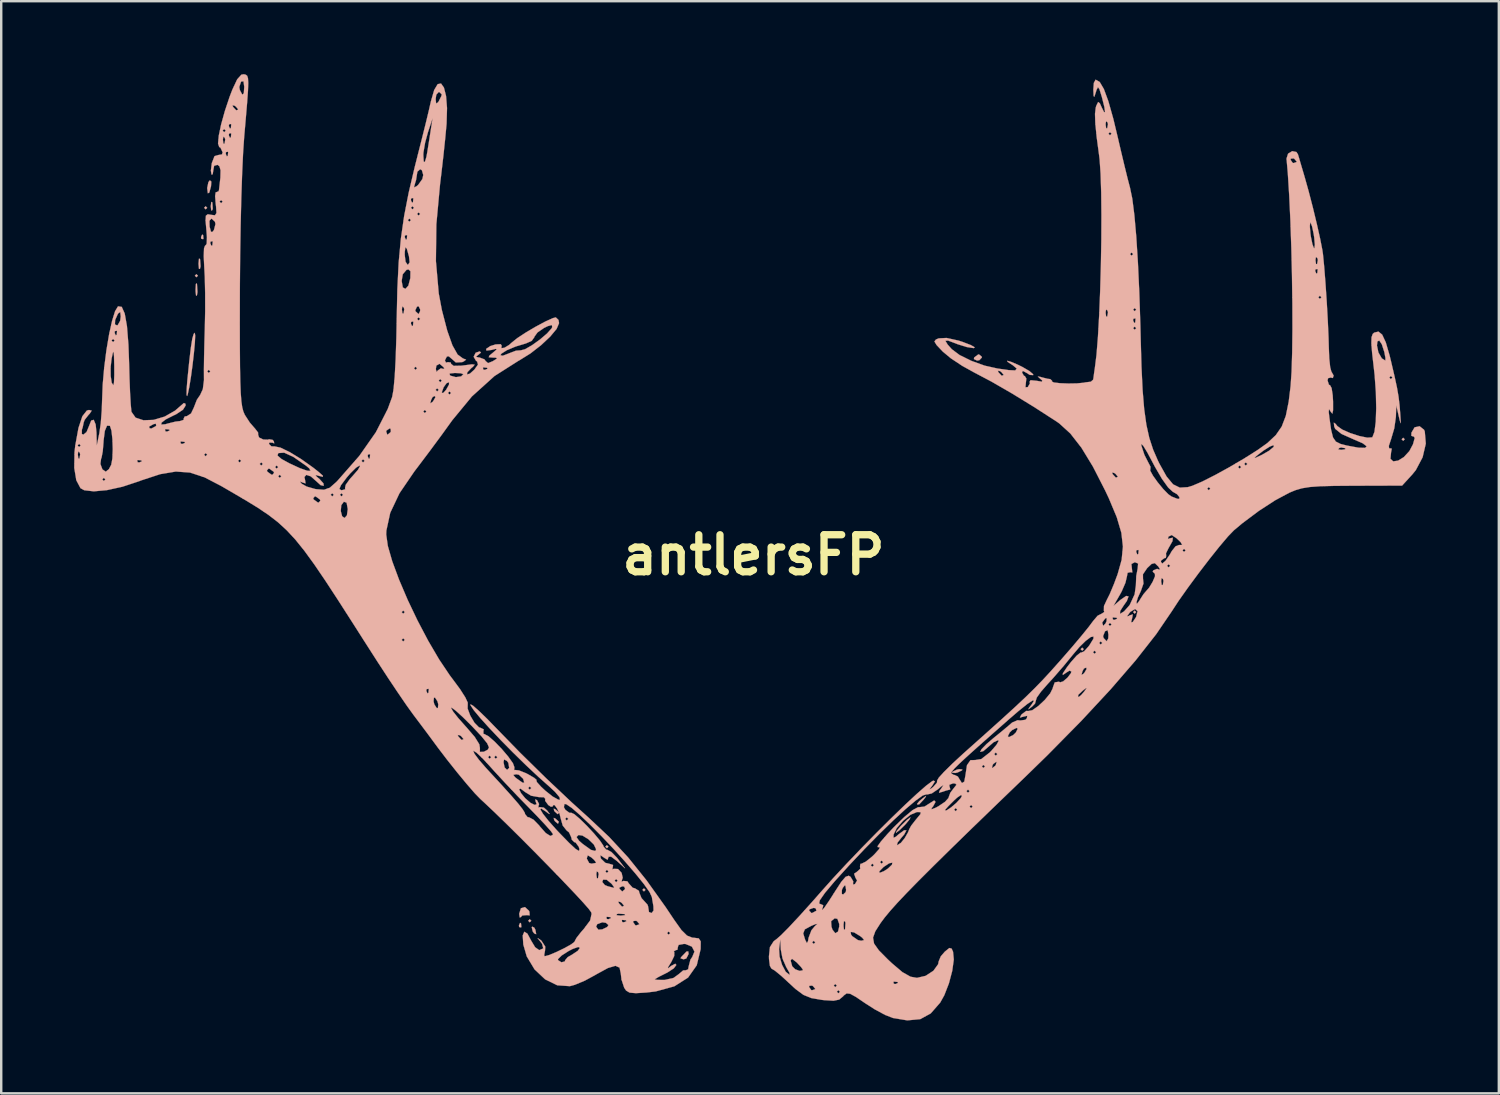
<source format=kicad_pcb>
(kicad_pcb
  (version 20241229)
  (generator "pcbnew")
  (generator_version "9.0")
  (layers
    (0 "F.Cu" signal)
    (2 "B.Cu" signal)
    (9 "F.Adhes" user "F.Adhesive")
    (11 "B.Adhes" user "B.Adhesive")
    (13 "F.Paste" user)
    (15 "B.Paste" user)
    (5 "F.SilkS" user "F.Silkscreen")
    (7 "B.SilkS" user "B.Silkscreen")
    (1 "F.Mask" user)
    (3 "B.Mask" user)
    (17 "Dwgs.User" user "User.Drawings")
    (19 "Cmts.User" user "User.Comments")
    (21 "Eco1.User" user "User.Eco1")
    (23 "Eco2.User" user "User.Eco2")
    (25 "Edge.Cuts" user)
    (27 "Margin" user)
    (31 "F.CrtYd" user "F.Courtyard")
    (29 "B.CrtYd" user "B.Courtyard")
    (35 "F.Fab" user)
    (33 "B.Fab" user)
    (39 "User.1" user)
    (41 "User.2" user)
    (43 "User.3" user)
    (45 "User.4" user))
  (footprint "antlersFP"
    (layer "F.Cu")
    (at 27.955 19.788)
    (property "Reference" "antlersFP" (at 0 0 0) (layer "F.SilkS") (effects (font (size 1.524 1.524) (thickness 0.3))))
    (attr through_hole)
    (fp_poly (pts (xy -22.86 -11.493) (xy -22.924 -11.43) (xy -22.987 -11.493) (xy -22.924 -11.557) (xy -22.86 -11.493)) (stroke (width 0.01) (type solid)) (fill yes) (layer "B.SilkS"))
    (fp_poly (pts (xy -22.479 -14.287) (xy -22.543 -14.224) (xy -22.606 -14.287) (xy -22.543 -14.351) (xy -22.479 -14.287)) (stroke (width 0.01) (type solid)) (fill yes) (layer "B.SilkS"))
    (fp_poly (pts (xy -9.144 15.05) (xy -9.207 15.113) (xy -9.271 15.05) (xy -9.207 14.986) (xy -9.144 15.05)) (stroke (width 0.01) (type solid)) (fill yes) (layer "B.SilkS"))
    (fp_poly (pts (xy -5.969 12.002) (xy -6.032 12.065) (xy -6.096 12.002) (xy -6.032 11.938) (xy -5.969 12.002)) (stroke (width 0.01) (type solid)) (fill yes) (layer "B.SilkS"))
    (fp_poly (pts (xy -4.445 13.78) (xy -4.508 13.843) (xy -4.572 13.78) (xy -4.508 13.716) (xy -4.445 13.78)) (stroke (width 0.01) (type solid)) (fill yes) (layer "B.SilkS"))
    (fp_poly (pts (xy 13.589 3.873) (xy 13.525 3.937) (xy 13.462 3.873) (xy 13.525 3.81) (xy 13.589 3.873)) (stroke (width 0.01) (type solid)) (fill yes) (layer "B.SilkS"))
    (fp_poly (pts (xy 15.748 2.349) (xy 15.684 2.413) (xy 15.621 2.349) (xy 15.684 2.286) (xy 15.748 2.349)) (stroke (width 0.01) (type solid)) (fill yes) (layer "B.SilkS"))
    (fp_poly (pts (xy 26.797 -4.763) (xy 26.733 -4.699) (xy 26.67 -4.763) (xy 26.733 -4.826) (xy 26.797 -4.763)) (stroke (width 0.01) (type solid)) (fill yes) (layer "B.SilkS"))
    (fp_poly (pts (xy -22.648 -13.166) (xy -22.633 -13.015) (xy -22.648 -12.996) (xy -22.724 -13.014) (xy -22.733 -13.081) (xy -22.687 -13.186) (xy -22.648 -13.166)) (stroke (width 0.01) (type solid)) (fill yes) (layer "B.SilkS"))
    (fp_poly (pts (xy -22.268 -14.51) (xy -22.251 -14.25) (xy -22.268 -14.192) (xy -22.314 -14.176) (xy -22.332 -14.351) (xy -22.312 -14.531) (xy -22.268 -14.51)) (stroke (width 0.01) (type solid)) (fill yes) (layer "B.SilkS"))
    (fp_poly (pts (xy -9.567 15.155) (xy -9.552 15.306) (xy -9.567 15.325) (xy -9.643 15.307) (xy -9.652 15.24) (xy -9.606 15.135) (xy -9.567 15.155)) (stroke (width 0.01) (type solid)) (fill yes) (layer "B.SilkS"))
    (fp_poly (pts (xy -9.021 15.332) (xy -8.973 15.425) (xy -8.941 15.604) (xy -9.026 15.569) (xy -9.086 15.486) (xy -9.125 15.319) (xy -9.109 15.29) (xy -9.021 15.332)) (stroke (width 0.01) (type solid)) (fill yes) (layer "B.SilkS"))
    (fp_poly (pts (xy -8.148 10.465) (xy -8.012 10.583) (xy -8.001 10.612) (xy -8.061 10.664) (xy -8.187 10.547) (xy -8.204 10.521) (xy -8.219 10.434) (xy -8.148 10.465)) (stroke (width 0.01) (type solid)) (fill yes) (layer "B.SilkS"))
    (fp_poly (pts (xy -8.148 10.846) (xy -8.011 10.974) (xy -8.039 11.048) (xy -8.057 11.049) (xy -8.164 10.959) (xy -8.204 10.902) (xy -8.219 10.815) (xy -8.148 10.846)) (stroke (width 0.01) (type solid)) (fill yes) (layer "B.SilkS"))
    (fp_poly (pts (xy -22.899 -11.144) (xy -22.88 -10.822) (xy -22.899 -10.7) (xy -22.936 -10.66) (xy -22.956 -10.836) (xy -22.958 -10.922) (xy -22.944 -11.153) (xy -22.911 -11.18) (xy -22.899 -11.144)) (stroke (width 0.01) (type solid)) (fill yes) (layer "B.SilkS"))
    (fp_poly (pts (xy -22.778 -12.18) (xy -22.772 -12.158) (xy -22.753 -11.881) (xy -22.777 -11.777) (xy -22.818 -11.773) (xy -22.835 -11.971) (xy -22.835 -12.002) (xy -22.817 -12.198) (xy -22.778 -12.18)) (stroke (width 0.01) (type solid)) (fill yes) (layer "B.SilkS"))
    (fp_poly (pts (xy -22.31 -15.367) (xy -22.322 -15.173) (xy -22.393 -14.914) (xy -22.453 -14.884) (xy -22.479 -15.093) (xy -22.479 -15.106) (xy -22.43 -15.343) (xy -22.37 -15.419) (xy -22.31 -15.367)) (stroke (width 0.01) (type solid)) (fill yes) (layer "B.SilkS"))
    (fp_poly (pts (xy -2.669 16.415) (xy -2.766 16.603) (xy -2.879 16.637) (xy -3.003 16.594) (xy -2.975 16.542) (xy -2.789 16.35) (xy -2.766 16.32) (xy -2.687 16.307) (xy -2.669 16.415)) (stroke (width 0.01) (type solid)) (fill yes) (layer "B.SilkS"))
    (fp_poly (pts (xy 7.072 9.973) (xy 7.001 10.065) (xy 6.816 10.262) (xy 6.733 10.261) (xy 6.731 10.239) (xy 6.818 10.133) (xy 6.953 10.017) (xy 7.104 9.907) (xy 7.072 9.973)) (stroke (width 0.01) (type solid)) (fill yes) (layer "B.SilkS"))
    (fp_poly (pts (xy 8.592 8.824) (xy 8.58 8.861) (xy 8.396 8.949) (xy 8.303 8.969) (xy 8.172 8.956) (xy 8.184 8.919) (xy 8.368 8.831) (xy 8.461 8.811) (xy 8.592 8.824)) (stroke (width 0.01) (type solid)) (fill yes) (layer "B.SilkS"))
    (fp_poly (pts (xy 9.395 -8.158) (xy 9.398 -8.128) (xy 9.295 -8.017) (xy 9.2 -8.001) (xy 9.069 -8.063) (xy 9.081 -8.128) (xy 9.243 -8.25) (xy 9.278 -8.255) (xy 9.395 -8.158)) (stroke (width 0.01) (type solid)) (fill yes) (layer "B.SilkS"))
    (fp_poly (pts (xy -9.239 14.638) (xy -9.22 14.683) (xy -9.21 14.829) (xy -9.325 14.817) (xy -9.519 14.834) (xy -9.57 14.898) (xy -9.62 14.914) (xy -9.642 14.764) (xy -9.571 14.535) (xy -9.404 14.486) (xy -9.239 14.638)) (stroke (width 0.01) (type solid)) (fill yes) (layer "B.SilkS"))
    (fp_poly (pts (xy 6.425 10.875) (xy 6.262 11.071) (xy 6.223 11.113) (xy 6.006 11.326) (xy 5.869 11.428) (xy 5.861 11.43) (xy 5.894 11.35) (xy 6.057 11.154) (xy 6.096 11.113) (xy 6.313 10.899) (xy 6.45 10.797) (xy 6.458 10.795) (xy 6.425 10.875)) (stroke (width 0.01) (type solid)) (fill yes) (layer "B.SilkS"))
    (fp_poly (pts (xy -22.973 -9.029) (xy -22.987 -8.727) (xy -23.027 -8.3) (xy -23.083 -7.813) (xy -23.149 -7.328) (xy -23.217 -6.909) (xy -23.278 -6.619) (xy -23.306 -6.54) (xy -23.328 -6.586) (xy -23.324 -6.829) (xy -23.298 -7.176) (xy -23.218 -7.97) (xy -23.151 -8.538) (xy -23.092 -8.905) (xy -23.036 -9.097) (xy -22.99 -9.144) (xy -22.973 -9.029)) (stroke (width 0.01) (type solid)) (fill yes) (layer "B.SilkS"))
    (fp_poly (pts (xy 14.246 -19.465) (xy 14.417 -19.175) (xy 14.602 -18.673) (xy 14.807 -17.945) (xy 14.97 -17.265) (xy 15.126 -16.598) (xy 15.273 -15.982) (xy 15.397 -15.479) (xy 15.483 -15.15) (xy 15.493 -15.113) (xy 15.586 -14.666) (xy 15.672 -13.989) (xy 15.75 -13.104) (xy 15.818 -12.035) (xy 15.875 -10.804) (xy 15.92 -9.435) (xy 15.932 -8.919) (xy 15.965 -7.745) (xy 16.011 -6.786) (xy 16.076 -6.004) (xy 16.166 -5.361) (xy 16.286 -4.819) (xy 16.443 -4.339) (xy 16.641 -3.883) (xy 16.699 -3.765) (xy 16.998 -3.23) (xy 17.265 -2.909) (xy 17.542 -2.773) (xy 17.872 -2.793) (xy 18.063 -2.851) (xy 18.465 -3.023) (xy 19.005 -3.297) (xy 19.59 -3.619) (xy 19.939 -3.619) (xy 20.003 -3.556) (xy 20.066 -3.619) (xy 20.003 -3.683) (xy 19.939 -3.619) (xy 19.59 -3.619) (xy 19.613 -3.632) (xy 19.807 -3.747) (xy 20.193 -3.747) (xy 20.256 -3.683) (xy 20.32 -3.747) (xy 20.256 -3.81) (xy 20.193 -3.747) (xy 19.807 -3.747) (xy 20.219 -3.989) (xy 20.244 -4.005) (xy 20.617 -4.005) (xy 20.647 -3.996) (xy 20.879 -4.103) (xy 20.915 -4.12) (xy 21.212 -4.29) (xy 21.282 -4.348) (xy 24.058 -4.348) (xy 24.183 -4.328) (xy 24.348 -4.351) (xy 24.35 -4.395) (xy 24.18 -4.425) (xy 24.106 -4.405) (xy 24.058 -4.348) (xy 21.282 -4.348) (xy 21.398 -4.444) (xy 21.407 -4.457) (xy 21.399 -4.522) (xy 21.241 -4.46) (xy 20.983 -4.296) (xy 20.765 -4.131) (xy 20.617 -4.005) (xy 20.244 -4.005) (xy 20.75 -4.326) (xy 21.137 -4.602) (xy 21.153 -4.615) (xy 21.492 -4.934) (xy 21.734 -5.284) (xy 21.903 -5.724) (xy 22.022 -6.311) (xy 22.1 -6.949) (xy 22.14 -7.539) (xy 22.165 -8.336) (xy 22.176 -9.292) (xy 22.173 -10.359) (xy 22.169 -10.604) (xy 23.241 -10.604) (xy 23.305 -10.541) (xy 23.368 -10.604) (xy 23.305 -10.668) (xy 23.241 -10.604) (xy 22.169 -10.604) (xy 22.157 -11.489) (xy 22.153 -11.684) (xy 23.114 -11.684) (xy 23.16 -11.579) (xy 23.199 -11.599) (xy 23.214 -11.75) (xy 23.199 -11.769) (xy 23.123 -11.751) (xy 23.114 -11.684) (xy 22.153 -11.684) (xy 22.142 -12.139) (xy 23.124 -12.139) (xy 23.147 -11.974) (xy 23.191 -11.972) (xy 23.221 -12.142) (xy 23.201 -12.216) (xy 23.144 -12.264) (xy 23.124 -12.139) (xy 22.142 -12.139) (xy 22.13 -12.636) (xy 22.099 -13.53) (xy 22.891 -13.53) (xy 22.917 -13.226) (xy 22.936 -13.094) (xy 23 -12.784) (xy 23.061 -12.628) (xy 23.08 -12.624) (xy 23.097 -12.774) (xy 23.07 -13.08) (xy 23.05 -13.208) (xy 22.985 -13.517) (xy 22.925 -13.674) (xy 22.907 -13.678) (xy 22.891 -13.53) (xy 22.099 -13.53) (xy 22.092 -13.752) (xy 22.043 -14.79) (xy 21.986 -15.702) (xy 21.937 -16.263) (xy 22.098 -16.263) (xy 22.19 -16.134) (xy 22.225 -16.129) (xy 22.349 -16.172) (xy 22.352 -16.185) (xy 22.263 -16.293) (xy 22.225 -16.32) (xy 22.108 -16.309) (xy 22.098 -16.263) (xy 21.937 -16.263) (xy 21.933 -16.315) (xy 21.997 -16.516) (xy 22.167 -16.619) (xy 22.341 -16.584) (xy 22.403 -16.488) (xy 22.464 -16.282) (xy 22.571 -15.919) (xy 22.675 -15.568) (xy 22.843 -14.969) (xy 23.017 -14.297) (xy 23.18 -13.622) (xy 23.316 -13.016) (xy 23.408 -12.547) (xy 23.432 -12.383) (xy 23.483 -11.862) (xy 23.537 -11.172) (xy 23.589 -10.4) (xy 23.632 -9.63) (xy 23.662 -8.947) (xy 23.673 -8.552) (xy 23.691 -8.091) (xy 23.729 -7.733) (xy 23.777 -7.551) (xy 23.781 -7.547) (xy 23.871 -7.385) (xy 23.839 -7.283) (xy 23.749 -7.303) (xy 23.64 -7.274) (xy 23.622 -7.183) (xy 23.677 -7.009) (xy 23.726 -6.985) (xy 23.788 -6.87) (xy 23.833 -6.576) (xy 23.848 -6.318) (xy 23.848 -5.952) (xy 23.819 -5.817) (xy 23.754 -5.891) (xy 23.747 -5.905) (xy 23.68 -6.006) (xy 23.67 -5.885) (xy 23.696 -5.652) (xy 23.768 -5.149) (xy 23.845 -4.84) (xy 23.963 -4.667) (xy 24.158 -4.57) (xy 24.412 -4.505) (xy 24.89 -4.417) (xy 25.168 -4.41) (xy 25.231 -4.474) (xy 25.068 -4.598) (xy 24.699 -4.758) (xy 24.196 -4.982) (xy 23.937 -5.191) (xy 23.896 -5.283) (xy 23.879 -5.448) (xy 23.952 -5.397) (xy 24.023 -5.307) (xy 24.222 -5.164) (xy 24.551 -5.019) (xy 24.924 -4.898) (xy 25.254 -4.83) (xy 25.454 -4.841) (xy 25.467 -4.851) (xy 25.551 -5.068) (xy 25.604 -5.483) (xy 25.623 -6.043) (xy 25.609 -6.695) (xy 25.565 -7.303) (xy 26.162 -7.303) (xy 26.226 -7.239) (xy 26.289 -7.303) (xy 26.226 -7.366) (xy 26.162 -7.303) (xy 25.565 -7.303) (xy 25.56 -7.385) (xy 25.525 -7.7) (xy 25.455 -8.31) (xy 25.43 -8.623) (xy 25.654 -8.623) (xy 25.714 -8.336) (xy 25.853 -8.092) (xy 25.999 -8.001) (xy 26.003 -8.108) (xy 25.958 -8.35) (xy 25.854 -8.672) (xy 25.749 -8.827) (xy 25.673 -8.788) (xy 25.654 -8.623) (xy 25.43 -8.623) (xy 25.423 -8.715) (xy 25.431 -8.962) (xy 25.479 -9.097) (xy 25.539 -9.151) (xy 25.715 -9.194) (xy 25.869 -9.069) (xy 26.017 -8.751) (xy 26.174 -8.213) (xy 26.226 -8.001) (xy 26.376 -7.361) (xy 26.477 -6.894) (xy 26.541 -6.524) (xy 26.583 -6.177) (xy 26.61 -5.842) (xy 26.632 -5.513) (xy 26.626 -5.423) (xy 26.587 -5.559) (xy 26.551 -5.715) (xy 26.449 -6.16) (xy 26.433 -5.679) (xy 26.367 -5.214) (xy 26.233 -4.762) (xy 26.23 -4.754) (xy 26.143 -4.491) (xy 26.154 -4.385) (xy 26.18 -4.393) (xy 26.263 -4.377) (xy 26.234 -4.218) (xy 26.21 -3.959) (xy 26.323 -3.854) (xy 26.524 -3.884) (xy 26.762 -4.031) (xy 26.987 -4.276) (xy 27.136 -4.556) (xy 27.207 -4.813) (xy 27.169 -4.883) (xy 27.155 -4.875) (xy 27.069 -4.905) (xy 27.072 -5.032) (xy 27.203 -5.255) (xy 27.41 -5.299) (xy 27.591 -5.155) (xy 27.622 -5.082) (xy 27.664 -4.583) (xy 27.533 -4.023) (xy 27.254 -3.495) (xy 27.11 -3.317) (xy 26.689 -2.857) (xy 24.679 -2.851) (xy 23.896 -2.845) (xy 23.317 -2.83) (xy 22.892 -2.799) (xy 22.57 -2.747) (xy 22.302 -2.669) (xy 22.054 -2.567) (xy 21.465 -2.252) (xy 20.79 -1.813) (xy 20.117 -1.309) (xy 19.768 -1.017) (xy 19.524 -0.764) (xy 19.175 -0.352) (xy 18.759 0.169) (xy 18.316 0.747) (xy 17.883 1.333) (xy 17.499 1.876) (xy 17.205 2.325) (xy 16.566 3.263) (xy 15.726 4.333) (xy 14.697 5.524) (xy 13.487 6.826) (xy 12.106 8.227) (xy 11.201 9.11) (xy 10.005 10.262) (xy 8.979 11.254) (xy 8.11 12.101) (xy 7.384 12.816) (xy 6.786 13.413) (xy 6.303 13.907) (xy 5.92 14.312) (xy 5.624 14.643) (xy 5.4 14.913) (xy 5.234 15.136) (xy 5.229 15.143) (xy 5.012 15.483) (xy 4.918 15.746) (xy 4.961 15.988) (xy 5.158 16.266) (xy 5.524 16.636) (xy 5.7 16.801) (xy 6.128 17.164) (xy 6.463 17.352) (xy 6.726 17.399) (xy 7.084 17.315) (xy 7.404 17.106) (xy 7.597 16.838) (xy 7.62 16.72) (xy 7.707 16.512) (xy 7.871 16.322) (xy 8.059 16.17) (xy 8.152 16.194) (xy 8.211 16.323) (xy 8.242 16.646) (xy 8.178 17.109) (xy 8.041 17.626) (xy 7.852 18.113) (xy 7.681 18.419) (xy 7.294 18.861) (xy 6.862 19.098) (xy 6.329 19.148) (xy 5.742 19.052) (xy 5.421 18.927) (xy 4.996 18.699) (xy 4.599 18.445) (xy 4.215 18.184) (xy 3.978 18.054) (xy 3.832 18.039) (xy 3.72 18.121) (xy 3.683 18.163) (xy 3.526 18.293) (xy 3.295 18.34) (xy 2.914 18.317) (xy 2.794 18.303) (xy 2.377 18.23) (xy 2.055 18.099) (xy 1.882 17.971) (xy 3.429 17.971) (xy 3.493 18.034) (xy 3.556 17.971) (xy 3.493 17.907) (xy 3.429 17.971) (xy 1.882 17.971) (xy 1.731 17.859) (xy 1.637 17.773) (xy 2.286 17.773) (xy 2.378 17.902) (xy 2.413 17.907) (xy 2.537 17.864) (xy 2.54 17.851) (xy 2.451 17.743) (xy 2.413 17.716) (xy 3.302 17.716) (xy 3.365 17.78) (xy 3.429 17.716) (xy 3.365 17.653) (xy 3.302 17.716) (xy 2.413 17.716) (xy 2.296 17.727) (xy 2.286 17.773) (xy 1.637 17.773) (xy 1.47 17.618) (xy 1.415 17.568) (xy 5.757 17.568) (xy 5.775 17.644) (xy 5.842 17.653) (xy 5.947 17.607) (xy 5.927 17.568) (xy 5.776 17.553) (xy 5.757 17.568) (xy 1.415 17.568) (xy 1.141 17.316) (xy 0.879 17.101) (xy 0.74 17.018) (xy 0.739 17.018) (xy 0.674 16.905) (xy 0.638 16.624) (xy 0.635 16.513) (xy 0.667 16.217) (xy 1.052 16.217) (xy 1.073 16.526) (xy 1.176 16.866) (xy 1.324 17.145) (xy 1.478 17.271) (xy 1.49 17.272) (xy 1.475 17.181) (xy 1.351 16.963) (xy 1.348 16.959) (xy 1.227 16.68) (xy 1.526 16.68) (xy 1.593 16.923) (xy 1.716 17.045) (xy 1.899 17.113) (xy 2.024 17.089) (xy 2.032 17.06) (xy 1.953 16.95) (xy 1.778 16.764) (xy 1.585 16.615) (xy 1.526 16.68) (xy 1.227 16.68) (xy 1.193 16.6) (xy 1.123 16.229) (xy 1.102 15.812) (xy 1.052 16.217) (xy 0.667 16.217) (xy 0.676 16.133) (xy 0.83 15.893) (xy 0.953 15.8) (xy 1.138 15.638) (xy 1.206 15.569) (xy 2.045 15.569) (xy 2.126 15.833) (xy 2.199 15.97) (xy 2.216 15.938) (xy 2.413 15.938) (xy 2.477 16.002) (xy 2.54 15.938) (xy 2.477 15.875) (xy 2.413 15.938) (xy 2.216 15.938) (xy 2.244 15.883) (xy 2.265 15.753) (xy 2.383 15.441) (xy 2.521 15.275) (xy 2.631 15.175) (xy 2.549 15.189) (xy 2.381 15.258) (xy 2.113 15.402) (xy 2.045 15.569) (xy 1.206 15.569) (xy 1.454 15.319) (xy 1.687 15.069) (xy 3.193 15.069) (xy 3.209 15.297) (xy 3.252 15.419) (xy 3.366 15.561) (xy 3.461 15.507) (xy 3.999 15.507) (xy 4.013 15.616) (xy 4.064 15.684) (xy 4.297 15.845) (xy 4.429 15.871) (xy 4.551 15.845) (xy 4.471 15.745) (xy 4.389 15.68) (xy 4.14 15.529) (xy 3.999 15.507) (xy 3.461 15.507) (xy 3.477 15.499) (xy 3.53 15.275) (xy 3.529 15.24) (xy 3.703 15.24) (xy 3.723 15.42) (xy 3.767 15.399) (xy 3.784 15.139) (xy 3.767 15.081) (xy 3.721 15.065) (xy 3.703 15.24) (xy 3.529 15.24) (xy 3.528 15.184) (xy 3.452 14.969) (xy 3.339 14.95) (xy 3.193 15.069) (xy 1.687 15.069) (xy 1.867 14.877) (xy 2.094 14.626) (xy 2.286 14.626) (xy 2.382 14.73) (xy 2.406 14.732) (xy 2.58 14.641) (xy 2.59 14.626) (xy 2.552 14.533) (xy 2.471 14.52) (xy 2.305 14.579) (xy 2.286 14.626) (xy 2.094 14.626) (xy 2.344 14.349) (xy 2.35 14.343) (xy 2.701 14.343) (xy 2.73 14.351) (xy 2.868 14.411) (xy 2.857 14.478) (xy 2.818 14.597) (xy 2.832 14.605) (xy 2.92 14.505) (xy 3.1 14.243) (xy 3.292 13.943) (xy 3.634 13.943) (xy 3.687 13.97) (xy 3.796 13.867) (xy 3.81 13.78) (xy 3.783 13.61) (xy 3.76 13.589) (xy 3.678 13.688) (xy 3.637 13.78) (xy 3.634 13.943) (xy 3.292 13.943) (xy 3.336 13.874) (xy 3.354 13.844) (xy 3.613 13.446) (xy 3.79 13.241) (xy 3.917 13.196) (xy 3.994 13.241) (xy 4.105 13.427) (xy 4.095 13.513) (xy 4.111 13.565) (xy 4.178 13.534) (xy 4.262 13.394) (xy 4.194 13.275) (xy 4.139 13.115) (xy 4.259 13.033) (xy 4.277 13.017) (xy 5.174 13.017) (xy 5.191 13.078) (xy 5.366 13.009) (xy 5.532 12.901) (xy 5.697 12.742) (xy 5.715 12.658) (xy 5.584 12.684) (xy 5.357 12.834) (xy 5.352 12.838) (xy 5.174 13.017) (xy 4.277 13.017) (xy 4.393 12.907) (xy 4.382 12.828) (xy 4.39 12.764) (xy 4.826 12.764) (xy 4.889 12.827) (xy 4.953 12.764) (xy 4.889 12.7) (xy 4.826 12.764) (xy 4.39 12.764) (xy 4.397 12.71) (xy 4.447 12.7) (xy 4.579 12.636) (xy 5.207 12.636) (xy 5.271 12.7) (xy 5.334 12.636) (xy 5.271 12.573) (xy 5.207 12.636) (xy 4.579 12.636) (xy 4.62 12.617) (xy 4.879 12.408) (xy 4.972 12.319) (xy 5.176 12.091) (xy 5.185 12.011) (xy 5.121 12.027) (xy 5.104 11.982) (xy 5.241 11.79) (xy 5.374 11.637) (xy 5.762 11.637) (xy 5.859 11.59) (xy 5.957 11.504) (xy 6.2 11.324) (xy 6.291 11.329) (xy 6.203 11.496) (xy 6.096 11.62) (xy 5.93 11.829) (xy 5.902 11.935) (xy 5.916 11.938) (xy 6.066 11.842) (xy 6.22 11.652) (xy 6.359 11.41) (xy 6.409 11.281) (xy 6.488 11.136) (xy 6.673 10.898) (xy 6.691 10.877) (xy 6.868 10.662) (xy 6.879 10.58) (xy 6.732 10.576) (xy 6.72 10.577) (xy 6.457 10.689) (xy 6.153 10.936) (xy 5.893 11.236) (xy 5.764 11.503) (xy 5.764 11.505) (xy 5.762 11.637) (xy 5.374 11.637) (xy 5.506 11.485) (xy 5.763 11.211) (xy 6.204 10.781) (xy 6.538 10.504) (xy 7.874 10.504) (xy 7.951 10.505) (xy 7.991 10.477) (xy 8.255 10.477) (xy 8.319 10.541) (xy 8.382 10.477) (xy 8.319 10.414) (xy 8.255 10.477) (xy 7.991 10.477) (xy 8.132 10.383) (xy 8.17 10.351) (xy 8.89 10.351) (xy 8.954 10.414) (xy 9.017 10.351) (xy 8.954 10.287) (xy 8.89 10.351) (xy 8.17 10.351) (xy 8.345 10.201) (xy 8.517 10.016) (xy 8.57 9.93) (xy 8.548 9.869) (xy 8.383 9.98) (xy 8.263 10.089) (xy 8.024 10.327) (xy 7.887 10.481) (xy 7.874 10.504) (xy 6.538 10.504) (xy 6.55 10.495) (xy 6.773 10.375) (xy 6.816 10.376) (xy 7.035 10.351) (xy 7.244 10.219) (xy 7.435 10.098) (xy 7.491 10.157) (xy 7.389 10.345) (xy 7.334 10.409) (xy 7.327 10.464) (xy 7.497 10.398) (xy 7.607 10.339) (xy 7.881 10.155) (xy 8.023 9.998) (xy 8.029 9.97) (xy 8.098 9.784) (xy 8.149 9.716) (xy 8.763 9.716) (xy 8.826 9.779) (xy 8.89 9.716) (xy 8.826 9.652) (xy 8.763 9.716) (xy 8.149 9.716) (xy 8.22 9.62) (xy 8.352 9.454) (xy 8.298 9.401) (xy 8.204 9.398) (xy 8.058 9.455) (xy 8.065 9.525) (xy 8.099 9.644) (xy 8.082 9.652) (xy 7.927 9.691) (xy 7.789 9.739) (xy 7.633 9.782) (xy 7.659 9.696) (xy 7.743 9.581) (xy 7.814 9.466) (xy 7.714 9.53) (xy 7.594 9.634) (xy 7.335 9.81) (xy 7.138 9.855) (xy 7.119 9.847) (xy 6.967 9.893) (xy 6.672 10.104) (xy 6.258 10.454) (xy 5.753 10.919) (xy 5.181 11.475) (xy 4.57 12.096) (xy 3.944 12.759) (xy 3.33 13.438) (xy 3.326 13.442) (xy 2.939 13.903) (xy 2.729 14.205) (xy 2.701 14.343) (xy 2.35 14.343) (xy 2.775 13.86) (xy 3.271 13.304) (xy 3.838 12.694) (xy 4.446 12.058) (xy 5.068 11.424) (xy 5.673 10.823) (xy 6.233 10.281) (xy 6.719 9.829) (xy 7.1 9.495) (xy 7.349 9.308) (xy 7.401 9.282) (xy 7.466 9.312) (xy 7.366 9.473) (xy 7.243 9.638) (xy 7.289 9.625) (xy 7.396 9.542) (xy 7.548 9.369) (xy 7.558 9.274) (xy 7.625 9.159) (xy 7.796 8.972) (xy 8.134 8.972) (xy 8.135 8.979) (xy 8.245 9.052) (xy 8.271 9.048) (xy 8.412 9.117) (xy 8.463 9.206) (xy 8.578 9.384) (xy 8.673 9.322) (xy 8.718 9.08) (xy 8.776 8.7) (xy 9.398 8.7) (xy 9.461 8.763) (xy 9.47 8.755) (xy 9.81 8.755) (xy 9.828 8.763) (xy 9.943 8.674) (xy 9.97 8.636) (xy 10.002 8.517) (xy 9.984 8.509) (xy 9.869 8.598) (xy 9.842 8.636) (xy 9.81 8.755) (xy 9.47 8.755) (xy 9.525 8.7) (xy 9.461 8.636) (xy 9.398 8.7) (xy 8.776 8.7) (xy 8.785 8.646) (xy 8.928 8.441) (xy 9.118 8.437) (xy 9.372 8.396) (xy 9.635 8.191) (xy 9.906 8.191) (xy 9.97 8.255) (xy 10.033 8.191) (xy 9.97 8.128) (xy 9.906 8.191) (xy 9.635 8.191) (xy 9.713 8.131) (xy 9.779 8.065) (xy 9.997 7.812) (xy 10.087 7.651) (xy 10.063 7.62) (xy 9.877 7.705) (xy 9.658 7.897) (xy 9.456 8.07) (xy 9.329 8.102) (xy 9.329 8.101) (xy 9.381 7.992) (xy 9.589 7.778) (xy 9.867 7.539) (xy 9.969 7.456) (xy 10.465 7.456) (xy 10.51 7.493) (xy 10.689 7.405) (xy 10.795 7.303) (xy 10.871 7.149) (xy 10.826 7.112) (xy 10.647 7.2) (xy 10.541 7.303) (xy 10.465 7.456) (xy 9.969 7.456) (xy 10.22 7.252) (xy 10.508 7.011) (xy 10.64 6.895) (xy 10.868 6.796) (xy 10.976 6.809) (xy 11.188 6.78) (xy 11.247 6.718) (xy 11.265 6.616) (xy 11.115 6.649) (xy 10.961 6.689) (xy 11.012 6.586) (xy 11.045 6.545) (xy 11.222 6.415) (xy 11.31 6.418) (xy 11.472 6.386) (xy 11.719 6.213) (xy 11.986 5.962) (xy 12.155 5.757) (xy 13.36 5.757) (xy 13.361 5.84) (xy 13.383 5.842) (xy 13.489 5.755) (xy 13.605 5.62) (xy 13.715 5.469) (xy 13.649 5.501) (xy 13.557 5.572) (xy 13.36 5.757) (xy 12.155 5.757) (xy 12.207 5.696) (xy 12.316 5.477) (xy 12.319 5.448) (xy 12.396 5.24) (xy 12.57 5.212) (xy 12.617 5.239) (xy 12.742 5.199) (xy 12.921 5.045) (xy 13.004 4.937) (xy 13.495 4.937) (xy 13.588 4.876) (xy 13.605 4.86) (xy 13.705 4.693) (xy 13.691 4.632) (xy 13.597 4.67) (xy 13.534 4.789) (xy 13.495 4.937) (xy 13.004 4.937) (xy 13.058 4.867) (xy 13.081 4.795) (xy 13.005 4.756) (xy 12.89 4.826) (xy 12.728 4.937) (xy 12.731 4.866) (xy 12.895 4.622) (xy 13.064 4.403) (xy 13.291 4.146) (xy 13.455 4.014) (xy 13.495 4.012) (xy 13.52 4) (xy 13.97 4) (xy 14.034 4.064) (xy 14.097 4) (xy 14.034 3.937) (xy 13.97 4) (xy 13.52 4) (xy 13.602 3.965) (xy 13.784 3.763) (xy 13.829 3.702) (xy 13.88 3.619) (xy 14.224 3.619) (xy 14.287 3.683) (xy 14.351 3.619) (xy 14.287 3.556) (xy 14.224 3.619) (xy 13.88 3.619) (xy 13.987 3.444) (xy 13.991 3.341) (xy 13.875 3.377) (xy 13.67 3.531) (xy 13.409 3.787) (xy 13.145 4.097) (xy 12.763 4.563) (xy 12.338 5.053) (xy 12.101 5.312) (xy 11.829 5.623) (xy 11.657 5.865) (xy 11.623 5.973) (xy 11.584 6.114) (xy 11.46 6.24) (xy 11.313 6.349) (xy 11.339 6.289) (xy 11.43 6.171) (xy 11.543 5.996) (xy 11.482 5.986) (xy 11.262 6.133) (xy 10.896 6.427) (xy 10.543 6.731) (xy 9.784 7.4) (xy 9.197 7.921) (xy 8.762 8.313) (xy 8.458 8.595) (xy 8.266 8.787) (xy 8.164 8.906) (xy 8.134 8.972) (xy 7.796 8.972) (xy 7.851 8.912) (xy 8.202 8.567) (xy 8.644 8.159) (xy 8.734 8.079) (xy 9.559 7.343) (xy 10.224 6.746) (xy 10.759 6.258) (xy 11.195 5.849) (xy 11.562 5.489) (xy 11.891 5.151) (xy 12.213 4.803) (xy 12.558 4.416) (xy 12.682 4.276) (xy 13.113 3.78) (xy 13.486 3.337) (xy 14.384 3.337) (xy 14.408 3.418) (xy 14.533 3.548) (xy 14.597 3.432) (xy 14.605 3.277) (xy 14.574 3.092) (xy 14.467 3.136) (xy 14.464 3.139) (xy 14.384 3.337) (xy 13.486 3.337) (xy 13.496 3.325) (xy 13.791 2.961) (xy 13.911 2.801) (xy 14.351 2.801) (xy 14.392 2.917) (xy 14.447 2.857) (xy 14.605 2.857) (xy 14.668 2.921) (xy 14.732 2.857) (xy 14.668 2.794) (xy 14.605 2.857) (xy 14.447 2.857) (xy 14.485 2.816) (xy 14.526 2.724) (xy 14.535 2.593) (xy 14.477 2.604) (xy 14.356 2.767) (xy 14.351 2.801) (xy 13.911 2.801) (xy 13.961 2.734) (xy 13.97 2.721) (xy 14.088 2.582) (xy 14.774 2.582) (xy 14.792 2.658) (xy 14.859 2.667) (xy 14.964 2.621) (xy 14.944 2.582) (xy 14.793 2.567) (xy 14.774 2.582) (xy 14.088 2.582) (xy 14.139 2.523) (xy 15.369 2.523) (xy 15.432 2.51) (xy 15.484 2.48) (xy 15.609 2.443) (xy 15.583 2.583) (xy 15.539 2.769) (xy 15.604 2.757) (xy 15.741 2.553) (xy 15.744 2.548) (xy 15.803 2.308) (xy 15.702 2.222) (xy 15.51 2.336) (xy 15.477 2.375) (xy 15.369 2.523) (xy 14.139 2.523) (xy 14.162 2.496) (xy 14.327 2.413) (xy 14.433 2.344) (xy 14.417 2.29) (xy 14.421 2.102) (xy 14.423 2.095) (xy 14.81 2.095) (xy 15.089 1.853) (xy 15.335 1.683) (xy 15.432 1.703) (xy 15.363 1.891) (xy 15.233 2.076) (xy 15.09 2.299) (xy 15.08 2.41) (xy 15.095 2.413) (xy 15.247 2.319) (xy 15.454 2.087) (xy 15.486 2.043) (xy 15.531 1.946) (xy 15.758 1.946) (xy 15.775 2.009) (xy 15.87 1.892) (xy 15.9 1.841) (xy 16.045 1.614) (xy 16.121 1.524) (xy 16.28 1.341) (xy 16.428 1.096) (xy 16.439 1.069) (xy 16.774 1.069) (xy 16.797 1.234) (xy 16.841 1.236) (xy 16.871 1.066) (xy 16.851 0.992) (xy 16.794 0.944) (xy 16.774 1.069) (xy 16.439 1.069) (xy 16.521 0.875) (xy 16.516 0.764) (xy 16.505 0.762) (xy 16.427 0.684) (xy 16.448 0.633) (xy 16.607 0.568) (xy 16.678 0.594) (xy 16.731 0.588) (xy 16.652 0.467) (xy 16.628 0.445) (xy 17.018 0.445) (xy 17.081 0.508) (xy 17.145 0.445) (xy 17.081 0.381) (xy 17.018 0.445) (xy 16.628 0.445) (xy 16.514 0.334) (xy 16.381 0.366) (xy 16.199 0.538) (xy 16.025 0.793) (xy 16.027 0.967) (xy 16.047 1.172) (xy 15.943 1.47) (xy 15.941 1.475) (xy 15.815 1.752) (xy 15.758 1.946) (xy 15.531 1.946) (xy 15.683 1.616) (xy 15.734 1.249) (xy 15.749 0.867) (xy 15.806 0.561) (xy 15.826 0.351) (xy 15.692 0.296) (xy 15.551 0.369) (xy 15.569 0.545) (xy 15.588 0.718) (xy 15.508 0.707) (xy 15.393 0.731) (xy 15.367 0.874) (xy 15.305 1.14) (xy 15.151 1.496) (xy 15.088 1.612) (xy 14.81 2.095) (xy 14.423 2.095) (xy 14.523 1.877) (xy 14.659 1.606) (xy 14.833 1.19) (xy 14.984 0.784) (xy 15.126 0.279) (xy 16.764 0.279) (xy 16.818 0.352) (xy 16.954 0.238) (xy 17.134 -0.025) (xy 17.202 -0.148) (xy 17.235 -0.191) (xy 17.653 -0.191) (xy 17.716 -0.127) (xy 17.78 -0.191) (xy 17.716 -0.254) (xy 17.653 -0.191) (xy 17.235 -0.191) (xy 17.366 -0.358) (xy 17.505 -0.413) (xy 17.639 -0.412) (xy 17.581 -0.523) (xy 17.412 -0.687) (xy 17.206 -0.823) (xy 17.08 -0.759) (xy 17.074 -0.751) (xy 17.051 -0.655) (xy 17.125 -0.686) (xy 17.254 -0.713) (xy 17.242 -0.574) (xy 17.094 -0.311) (xy 17.086 -0.299) (xy 16.974 -0.072) (xy 16.98 0.047) (xy 16.963 0.121) (xy 16.912 0.127) (xy 16.773 0.226) (xy 16.764 0.279) (xy 15.126 0.279) (xy 15.148 0.201) (xy 15.18 -0.127) (xy 15.748 -0.127) (xy 15.794 -0.022) (xy 15.833 -0.042) (xy 15.848 -0.193) (xy 15.833 -0.212) (xy 15.757 -0.194) (xy 15.748 -0.127) (xy 15.18 -0.127) (xy 15.201 -0.346) (xy 15.137 -0.914) (xy 14.947 -1.557) (xy 14.622 -2.333) (xy 14.471 -2.653) (xy 14.093 -3.393) (xy 14.752 -3.393) (xy 14.783 -3.322) (xy 14.911 -3.185) (xy 14.985 -3.213) (xy 14.986 -3.231) (xy 14.896 -3.338) (xy 14.839 -3.378) (xy 14.752 -3.393) (xy 14.093 -3.393) (xy 13.962 -3.647) (xy 13.491 -4.42) (xy 13.422 -4.508) (xy 15.958 -4.508) (xy 16.084 -4.125) (xy 16.227 -3.842) (xy 16.336 -3.634) (xy 16.332 -3.556) (xy 16.323 -3.473) (xy 16.438 -3.264) (xy 16.633 -2.991) (xy 16.86 -2.715) (xy 17.073 -2.498) (xy 17.203 -2.407) (xy 17.437 -2.315) (xy 17.518 -2.309) (xy 17.526 -2.383) (xy 17.425 -2.504) (xy 17.25 -2.605) (xy 17.114 -2.731) (xy 18.669 -2.731) (xy 18.733 -2.667) (xy 18.796 -2.731) (xy 18.733 -2.794) (xy 18.669 -2.731) (xy 17.114 -2.731) (xy 17.062 -2.779) (xy 16.807 -3.136) (xy 16.521 -3.626) (xy 16.424 -3.81) (xy 16.203 -4.224) (xy 16.042 -4.488) (xy 15.959 -4.573) (xy 15.958 -4.508) (xy 13.422 -4.508) (xy 13.038 -5) (xy 12.585 -5.413) (xy 12.482 -5.486) (xy 11.542 -6.093) (xy 10.625 -6.655) (xy 9.79 -7.137) (xy 9.098 -7.502) (xy 9.09 -7.506) (xy 8.95 -7.584) (xy 10.053 -7.584) (xy 10.084 -7.513) (xy 10.212 -7.376) (xy 10.286 -7.404) (xy 10.287 -7.422) (xy 10.197 -7.529) (xy 10.14 -7.569) (xy 10.053 -7.584) (xy 8.95 -7.584) (xy 8.59 -7.783) (xy 8.121 -8.094) (xy 7.784 -8.374) (xy 7.782 -8.377) (xy 7.532 -8.642) (xy 7.445 -8.786) (xy 7.505 -8.867) (xy 7.621 -8.915) (xy 7.946 -8.932) (xy 8.441 -8.822) (xy 8.612 -8.766) (xy 8.943 -8.639) (xy 9.103 -8.547) (xy 9.064 -8.513) (xy 8.77 -8.559) (xy 8.396 -8.676) (xy 8.334 -8.701) (xy 8.007 -8.824) (xy 7.896 -8.815) (xy 7.988 -8.661) (xy 8.16 -8.468) (xy 8.482 -8.228) (xy 8.964 -7.99) (xy 9.514 -7.792) (xy 10.042 -7.674) (xy 10.053 -7.672) (xy 10.345 -7.632) (xy 10.498 -7.609) (xy 10.769 -7.596) (xy 10.832 -7.673) (xy 10.668 -7.811) (xy 10.455 -7.948) (xy 10.441 -7.993) (xy 10.594 -7.951) (xy 10.879 -7.83) (xy 11.066 -7.738) (xy 11.356 -7.569) (xy 11.506 -7.439) (xy 11.509 -7.403) (xy 11.367 -7.412) (xy 11.243 -7.49) (xy 11.082 -7.577) (xy 11.049 -7.509) (xy 11.129 -7.373) (xy 11.164 -7.366) (xy 11.227 -7.264) (xy 11.208 -7.092) (xy 11.191 -6.902) (xy 11.285 -6.91) (xy 11.376 -7.065) (xy 11.358 -7.126) (xy 11.401 -7.194) (xy 11.642 -7.17) (xy 11.87 -7.133) (xy 11.882 -7.179) (xy 11.811 -7.241) (xy 11.697 -7.346) (xy 11.803 -7.33) (xy 11.853 -7.314) (xy 12.112 -7.25) (xy 12.21 -7.239) (xy 12.287 -7.17) (xy 12.276 -7.144) (xy 12.358 -7.1) (xy 12.613 -7.07) (xy 12.957 -7.057) (xy 13.31 -7.063) (xy 13.588 -7.09) (xy 13.652 -7.104) (xy 13.86 -7.129) (xy 13.875 -7.127) (xy 13.973 -7.213) (xy 13.986 -7.271) (xy 14.02 -7.526) (xy 14.044 -7.684) (xy 14.113 -8.234) (xy 14.173 -8.98) (xy 14.193 -9.335) (xy 15.621 -9.335) (xy 15.684 -9.271) (xy 15.748 -9.335) (xy 15.684 -9.398) (xy 15.621 -9.335) (xy 14.193 -9.335) (xy 14.211 -9.652) (xy 15.621 -9.652) (xy 15.667 -9.547) (xy 15.706 -9.567) (xy 15.721 -9.718) (xy 15.706 -9.737) (xy 15.63 -9.719) (xy 15.621 -9.652) (xy 14.211 -9.652) (xy 14.224 -9.875) (xy 14.228 -9.98) (xy 14.488 -9.98) (xy 14.511 -9.815) (xy 14.555 -9.813) (xy 14.585 -9.983) (xy 14.565 -10.057) (xy 14.518 -10.097) (xy 15.621 -10.097) (xy 15.684 -10.033) (xy 15.748 -10.097) (xy 15.684 -10.16) (xy 15.621 -10.097) (xy 14.518 -10.097) (xy 14.508 -10.105) (xy 14.488 -9.98) (xy 14.228 -9.98) (xy 14.264 -10.871) (xy 14.294 -11.919) (xy 14.302 -12.383) (xy 15.494 -12.383) (xy 15.557 -12.319) (xy 15.621 -12.383) (xy 15.557 -12.446) (xy 15.494 -12.383) (xy 14.302 -12.383) (xy 14.312 -12.972) (xy 14.316 -13.982) (xy 14.307 -14.901) (xy 14.282 -15.681) (xy 14.242 -16.274) (xy 14.221 -16.447) (xy 14.119 -17.212) (xy 14.107 -17.335) (xy 14.605 -17.335) (xy 14.668 -17.272) (xy 14.732 -17.335) (xy 14.668 -17.399) (xy 14.605 -17.335) (xy 14.107 -17.335) (xy 14.068 -17.727) (xy 14.488 -17.727) (xy 14.511 -17.562) (xy 14.555 -17.56) (xy 14.585 -17.73) (xy 14.565 -17.804) (xy 14.508 -17.852) (xy 14.488 -17.727) (xy 14.068 -17.727) (xy 14.064 -17.769) (xy 14.052 -18.156) (xy 14.083 -18.414) (xy 14.105 -18.486) (xy 14.181 -18.641) (xy 14.252 -18.587) (xy 14.33 -18.415) (xy 14.429 -18.217) (xy 14.464 -18.236) (xy 14.435 -18.446) (xy 14.342 -18.818) (xy 14.33 -18.86) (xy 14.235 -19.166) (xy 14.174 -19.252) (xy 14.117 -19.141) (xy 14.089 -19.05) (xy 14.025 -18.857) (xy 13.996 -18.884) (xy 13.983 -19.145) (xy 14.004 -19.426) (xy 14.074 -19.557) (xy 14.082 -19.558) (xy 14.246 -19.465)) (stroke (width 0.01) (type solid)) (fill yes) (layer "B.SilkS"))
    (fp_poly (pts (xy -20.89 -19.763) (xy -20.834 -19.719) (xy -20.801 -19.617) (xy -20.79 -19.424) (xy -20.801 -19.107) (xy -20.835 -18.631) (xy -20.891 -17.965) (xy -20.957 -17.209) (xy -21.001 -16.565) (xy -21.041 -15.71) (xy -21.076 -14.69) (xy -21.103 -13.546) (xy -21.123 -12.323) (xy -21.134 -11.064) (xy -21.135 -10.732) (xy -21.137 -9.515) (xy -21.135 -8.527) (xy -21.129 -7.74) (xy -21.117 -7.129) (xy -21.099 -6.666) (xy -21.073 -6.326) (xy -21.038 -6.083) (xy -20.993 -5.91) (xy -20.938 -5.781) (xy -20.932 -5.769) (xy -20.727 -5.452) (xy -20.527 -5.221) (xy -20.52 -5.215) (xy -20.385 -5.04) (xy -20.384 -4.952) (xy -20.346 -4.838) (xy -20.172 -4.753) (xy -19.977 -4.747) (xy -19.936 -4.764) (xy -19.786 -4.738) (xy -19.738 -4.681) (xy -19.721 -4.592) (xy -19.792 -4.623) (xy -19.923 -4.626) (xy -19.939 -4.572) (xy -19.837 -4.472) (xy -19.701 -4.469) (xy -19.462 -4.418) (xy -19.082 -4.234) (xy -18.616 -3.95) (xy -18.118 -3.596) (xy -17.907 -3.43) (xy -17.717 -3.263) (xy -17.723 -3.219) (xy -17.843 -3.247) (xy -18.019 -3.292) (xy -17.991 -3.239) (xy -17.853 -3.123) (xy -17.695 -2.947) (xy -17.685 -2.847) (xy -17.812 -2.874) (xy -17.99 -3.036) (xy -18.218 -3.237) (xy -18.4 -3.298) (xy -18.478 -3.21) (xy -18.453 -3.091) (xy -18.432 -2.947) (xy -18.552 -2.982) (xy -18.663 -3.028) (xy -18.595 -2.935) (xy -18.384 -2.816) (xy -18.046 -2.719) (xy -17.989 -2.709) (xy -17.673 -2.685) (xy -17.581 -2.717) (xy -17.041 -2.717) (xy -16.962 -2.668) (xy -16.939 -2.667) (xy -16.797 -2.706) (xy -16.809 -2.754) (xy -16.781 -2.887) (xy -16.611 -3.125) (xy -16.487 -3.262) (xy -16.274 -3.507) (xy -16.19 -3.659) (xy -16.21 -3.683) (xy -16.358 -3.591) (xy -16.594 -3.357) (xy -16.749 -3.175) (xy -16.975 -2.873) (xy -17.041 -2.717) (xy -17.581 -2.717) (xy -17.436 -2.768) (xy -17.17 -3.002) (xy -17.111 -3.063) (xy -16.4 -3.873) (xy -16.129 -3.873) (xy -16.066 -3.81) (xy -16.002 -3.873) (xy -16.066 -3.937) (xy -16.129 -3.873) (xy -16.4 -3.873) (xy -16.233 -4.064) (xy -15.875 -4.064) (xy -15.829 -3.959) (xy -15.79 -3.979) (xy -15.775 -4.13) (xy -15.79 -4.149) (xy -15.866 -4.131) (xy -15.875 -4.064) (xy -16.233 -4.064) (xy -16.217 -4.083) (xy -15.538 -5.053) (xy -15.524 -5.08) (xy -15.113 -5.08) (xy -15.07 -4.956) (xy -15.057 -4.953) (xy -14.949 -5.042) (xy -14.922 -5.08) (xy -14.933 -5.197) (xy -14.979 -5.207) (xy -15.108 -5.115) (xy -15.113 -5.08) (xy -15.524 -5.08) (xy -15.103 -5.905) (xy -13.589 -5.905) (xy -13.525 -5.842) (xy -13.462 -5.905) (xy -13.525 -5.969) (xy -13.589 -5.905) (xy -15.103 -5.905) (xy -15.051 -6.008) (xy -14.966 -6.239) (xy -13.302 -6.239) (xy -13.209 -6.3) (xy -13.192 -6.316) (xy -13.092 -6.483) (xy -13.106 -6.544) (xy -13.2 -6.506) (xy -13.263 -6.387) (xy -13.302 -6.239) (xy -14.966 -6.239) (xy -14.869 -6.502) (xy -14.838 -6.668) (xy -12.573 -6.668) (xy -12.509 -6.604) (xy -12.446 -6.668) (xy -12.509 -6.731) (xy -12.573 -6.668) (xy -14.838 -6.668) (xy -14.837 -6.675) (xy -12.825 -6.675) (xy -12.766 -6.668) (xy -12.647 -6.802) (xy -12.53 -7.012) (xy -12.527 -7.108) (xy -12.627 -7.073) (xy -12.75 -6.904) (xy -12.823 -6.705) (xy -12.825 -6.675) (xy -14.837 -6.675) (xy -14.815 -6.795) (xy -13.081 -6.795) (xy -13.018 -6.731) (xy -12.954 -6.795) (xy -13.018 -6.858) (xy -13.081 -6.795) (xy -14.815 -6.795) (xy -14.813 -6.806) (xy -14.779 -7.176) (xy -12.954 -7.176) (xy -12.89 -7.112) (xy -12.827 -7.176) (xy -12.89 -7.239) (xy -12.954 -7.176) (xy -14.779 -7.176) (xy -14.764 -7.335) (xy -14.757 -7.469) (xy -12.507 -7.469) (xy -12.492 -7.399) (xy -12.458 -7.376) (xy -12.246 -7.32) (xy -12.03 -7.351) (xy -11.938 -7.443) (xy -12.048 -7.479) (xy -12.287 -7.491) (xy -12.507 -7.469) (xy -14.757 -7.469) (xy -14.745 -7.684) (xy -13.97 -7.684) (xy -13.906 -7.62) (xy -13.875 -7.652) (xy -13.071 -7.652) (xy -13.039 -7.531) (xy -12.997 -7.589) (xy -12.861 -7.685) (xy -12.797 -7.665) (xy -12.721 -7.661) (xy -12.751 -7.727) (xy -12.919 -7.868) (xy -13.048 -7.795) (xy -13.071 -7.652) (xy -13.875 -7.652) (xy -13.843 -7.684) (xy -13.906 -7.747) (xy -13.97 -7.684) (xy -14.745 -7.684) (xy -14.725 -8.06) (xy -14.696 -8.949) (xy -14.685 -9.525) (xy -14.097 -9.525) (xy -14.051 -9.42) (xy -14.012 -9.44) (xy -13.997 -9.591) (xy -14.012 -9.61) (xy -14.088 -9.592) (xy -14.097 -9.525) (xy -14.685 -9.525) (xy -14.683 -9.677) (xy -14.682 -9.716) (xy -13.843 -9.716) (xy -13.78 -9.652) (xy -13.716 -9.716) (xy -13.78 -9.779) (xy -13.843 -9.716) (xy -14.682 -9.716) (xy -14.673 -10.107) (xy -14.468 -10.107) (xy -14.445 -9.942) (xy -14.401 -9.94) (xy -14.378 -10.07) (xy -13.918 -10.07) (xy -13.901 -10.024) (xy -13.778 -9.912) (xy -13.718 -10.04) (xy -13.716 -10.104) (xy -13.778 -10.235) (xy -13.845 -10.222) (xy -13.918 -10.07) (xy -14.378 -10.07) (xy -14.371 -10.11) (xy -14.391 -10.184) (xy -14.448 -10.232) (xy -14.468 -10.107) (xy -14.673 -10.107) (xy -14.655 -10.947) (xy -14.638 -11.279) (xy -14.478 -11.279) (xy -14.43 -11.01) (xy -14.322 -10.952) (xy -14.202 -11.085) (xy -14.122 -11.391) (xy -14.121 -11.407) (xy -14.117 -11.678) (xy -14.2 -11.753) (xy -14.28 -11.733) (xy -14.432 -11.552) (xy -14.478 -11.279) (xy -14.638 -11.279) (xy -14.601 -12.034) (xy -14.572 -12.34) (xy -14.351 -12.34) (xy -14.315 -12.064) (xy -14.229 -11.939) (xy -14.222 -11.938) (xy -14.15 -12.044) (xy -14.176 -12.287) (xy -14.265 -12.603) (xy -14.322 -12.667) (xy -14.349 -12.48) (xy -14.351 -12.34) (xy -14.572 -12.34) (xy -14.511 -13.01) (xy -14.501 -13.081) (xy -14.351 -13.081) (xy -14.305 -12.976) (xy -14.266 -12.996) (xy -14.251 -13.147) (xy -14.266 -13.166) (xy -14.342 -13.148) (xy -14.351 -13.081) (xy -14.501 -13.081) (xy -14.4 -13.78) (xy -14.224 -13.78) (xy -14.161 -13.716) (xy -14.097 -13.78) (xy -14.161 -13.843) (xy -14.224 -13.78) (xy -14.4 -13.78) (xy -14.376 -13.946) (xy -14.359 -14.034) (xy -13.843 -14.034) (xy -13.78 -13.97) (xy -13.716 -14.034) (xy -13.78 -14.097) (xy -13.843 -14.034) (xy -14.359 -14.034) (xy -14.31 -14.287) (xy -14.097 -14.287) (xy -14.034 -14.224) (xy -13.97 -14.287) (xy -14.034 -14.351) (xy -14.097 -14.287) (xy -14.31 -14.287) (xy -14.248 -14.605) (xy -14.097 -14.605) (xy -14.051 -14.5) (xy -14.012 -14.52) (xy -13.997 -14.671) (xy -14.012 -14.69) (xy -14.088 -14.672) (xy -14.097 -14.605) (xy -14.248 -14.605) (xy -14.188 -14.912) (xy -14.138 -15.126) (xy -13.972 -15.126) (xy -13.878 -15.165) (xy -13.803 -15.224) (xy -13.627 -15.47) (xy -13.589 -15.637) (xy -13.645 -15.834) (xy -13.716 -15.875) (xy -13.83 -15.773) (xy -13.843 -15.695) (xy -13.886 -15.424) (xy -13.93 -15.282) (xy -13.972 -15.126) (xy -14.138 -15.126) (xy -13.937 -15.979) (xy -13.818 -16.447) (xy -13.816 -16.457) (xy -13.587 -16.457) (xy -13.57 -16.192) (xy -13.524 -16.169) (xy -13.46 -16.38) (xy -13.424 -16.573) (xy -13.362 -16.962) (xy -13.292 -17.409) (xy -13.284 -17.462) (xy -13.205 -17.971) (xy -13.395 -17.399) (xy -13.513 -16.966) (xy -13.581 -16.565) (xy -13.587 -16.457) (xy -13.816 -16.457) (xy -13.649 -17.113) (xy -13.487 -17.762) (xy -13.354 -18.316) (xy -13.276 -18.661) (xy -13.246 -18.764) (xy -13.079 -18.764) (xy -13.059 -18.579) (xy -12.984 -18.624) (xy -12.954 -18.669) (xy -12.846 -18.882) (xy -12.829 -18.955) (xy -12.924 -19.047) (xy -12.954 -19.05) (xy -13.052 -18.942) (xy -13.079 -18.764) (xy -13.246 -18.764) (xy -13.139 -19.135) (xy -12.995 -19.376) (xy -12.857 -19.402) (xy -12.738 -19.234) (xy -12.651 -18.891) (xy -12.611 -18.392) (xy -12.629 -17.758) (xy -12.632 -17.716) (xy -12.685 -17.144) (xy -12.76 -16.429) (xy -12.846 -15.683) (xy -12.897 -15.265) (xy -13.05 -13.606) (xy -13.068 -12.095) (xy -12.951 -10.759) (xy -12.823 -10.081) (xy -12.602 -9.233) (xy -12.388 -8.627) (xy -12.175 -8.25) (xy -11.96 -8.092) (xy -11.959 -8.091) (xy -11.825 -8.039) (xy -11.92 -7.967) (xy -11.988 -7.937) (xy -12.248 -7.923) (xy -12.382 -8.042) (xy -12.538 -8.176) (xy -12.617 -8.168) (xy -12.698 -8.012) (xy -12.655 -7.918) (xy -12.573 -7.938) (xy -12.456 -7.921) (xy -12.446 -7.87) (xy -12.34 -7.784) (xy -12.014 -7.791) (xy -11.906 -7.805) (xy -11.582 -7.847) (xy -11.473 -7.832) (xy -11.543 -7.746) (xy -11.611 -7.691) (xy -11.773 -7.521) (xy -11.79 -7.43) (xy -11.67 -7.464) (xy -11.487 -7.627) (xy -11.431 -7.705) (xy -11.134 -7.705) (xy -11.116 -7.629) (xy -11.049 -7.62) (xy -10.944 -7.666) (xy -10.964 -7.705) (xy -11.115 -7.72) (xy -11.134 -7.705) (xy -11.431 -7.705) (xy -11.337 -7.835) (xy -11.373 -7.961) (xy -11.42 -7.995) (xy -11.516 -8.158) (xy -11.433 -8.324) (xy -11.264 -8.38) (xy -11.214 -8.33) (xy -11.303 -8.255) (xy -11.423 -8.156) (xy -11.311 -8.13) (xy -11.282 -8.13) (xy -11.072 -8.052) (xy -11.021 -7.981) (xy -10.922 -7.897) (xy -10.725 -7.977) (xy -10.551 -8.087) (xy -10.597 -8.12) (xy -10.724 -8.124) (xy -10.894 -8.137) (xy -10.866 -8.208) (xy -10.85 -8.221) (xy -10.414 -8.221) (xy -10.317 -8.201) (xy -10.083 -8.289) (xy -10.065 -8.298) (xy -9.774 -8.408) (xy -9.573 -8.423) (xy -9.399 -8.468) (xy -9.112 -8.634) (xy -8.787 -8.867) (xy -8.495 -9.116) (xy -8.309 -9.325) (xy -8.283 -9.377) (xy -8.297 -9.465) (xy -8.466 -9.418) (xy -8.622 -9.342) (xy -8.887 -9.159) (xy -9.015 -8.983) (xy -9.017 -8.964) (xy -9.126 -8.812) (xy -9.366 -8.706) (xy -9.786 -8.58) (xy -10.145 -8.43) (xy -10.371 -8.288) (xy -10.414 -8.221) (xy -10.85 -8.221) (xy -10.724 -8.325) (xy -10.56 -8.466) (xy -10.613 -8.482) (xy -10.779 -8.438) (xy -10.987 -8.413) (xy -11.003 -8.48) (xy -10.83 -8.598) (xy -10.61 -8.666) (xy -10.401 -8.675) (xy -10.362 -8.618) (xy -10.375 -8.512) (xy -10.25 -8.528) (xy -10.057 -8.644) (xy -9.943 -8.746) (xy -9.72 -8.925) (xy -9.368 -9.156) (xy -8.959 -9.397) (xy -8.565 -9.608) (xy -8.258 -9.747) (xy -8.135 -9.779) (xy -8.024 -9.673) (xy -8.001 -9.541) (xy -8.101 -9.306) (xy -8.365 -8.988) (xy -8.741 -8.635) (xy -9.176 -8.296) (xy -9.619 -8.02) (xy -9.671 -7.992) (xy -10.657 -7.365) (xy -11.586 -6.527) (xy -12.392 -5.55) (xy -12.818 -4.959) (xy -13.316 -4.285) (xy -13.799 -3.644) (xy -13.956 -3.438) (xy -14.566 -2.544) (xy -14.948 -1.737) (xy -15.107 -1.004) (xy -15.113 -0.843) (xy -15.047 -0.374) (xy -14.864 0.261) (xy -14.584 1.016) (xy -14.231 1.844) (xy -13.824 2.697) (xy -13.385 3.53) (xy -12.936 4.296) (xy -12.499 4.948) (xy -12.373 5.115) (xy -12.073 5.521) (xy -11.858 5.858) (xy -11.758 6.073) (xy -11.759 6.115) (xy -11.763 6.319) (xy -11.652 6.614) (xy -11.48 6.903) (xy -11.297 7.089) (xy -11.226 7.112) (xy -11.099 7.175) (xy -11.113 7.239) (xy -11.113 7.357) (xy -11.076 7.366) (xy -10.906 7.455) (xy -10.649 7.68) (xy -10.358 7.981) (xy -10.09 8.297) (xy -9.898 8.568) (xy -9.838 8.732) (xy -9.839 8.736) (xy -9.846 8.852) (xy -9.809 8.845) (xy -9.648 8.863) (xy -9.362 8.977) (xy -9.271 9.024) (xy -9.02 9.171) (xy -8.923 9.257) (xy -8.936 9.266) (xy -8.913 9.343) (xy -8.739 9.536) (xy -8.557 9.705) (xy -8.261 9.939) (xy -8.034 10.065) (xy -7.959 10.07) (xy -7.985 9.96) (xy -8.168 9.744) (xy -8.386 9.541) (xy -8.857 9.122) (xy -9.371 8.64) (xy -9.896 8.126) (xy -10.403 7.612) (xy -10.861 7.129) (xy -11.241 6.709) (xy -11.511 6.384) (xy -11.642 6.185) (xy -11.645 6.142) (xy -11.538 6.202) (xy -11.296 6.415) (xy -10.955 6.746) (xy -10.585 7.127) (xy -9.602 8.136) (xy -8.53 9.188) (xy -7.464 10.193) (xy -6.783 10.808) (xy -5.938 11.603) (xy -5.16 12.443) (xy -4.403 13.384) (xy -3.619 14.482) (xy -3.26 15.018) (xy -2.965 15.432) (xy -2.734 15.66) (xy -2.521 15.744) (xy -2.46 15.748) (xy -2.252 15.774) (xy -2.171 15.899) (xy -2.175 16.198) (xy -2.177 16.224) (xy -2.335 16.881) (xy -2.693 17.388) (xy -3.256 17.746) (xy -4.024 17.957) (xy -4.4 18.002) (xy -4.84 18.029) (xy -5.098 18.007) (xy -5.243 17.921) (xy -5.321 17.805) (xy -5.433 17.466) (xy -5.433 17.462) (xy -4.064 17.462) (xy -3.953 17.482) (xy -3.682 17.484) (xy -3.651 17.483) (xy -3.291 17.402) (xy -3.071 17.242) (xy -2.894 17.091) (xy -2.785 17.087) (xy -2.689 17.047) (xy -2.667 16.924) (xy -2.594 16.646) (xy -2.523 16.544) (xy -2.429 16.319) (xy -2.535 16.114) (xy -2.796 16.006) (xy -2.861 16.002) (xy -3.08 16.042) (xy -3.111 16.129) (xy -3.131 16.245) (xy -3.189 16.256) (xy -3.28 16.306) (xy -3.259 16.341) (xy -3.261 16.495) (xy -3.383 16.747) (xy -3.387 16.754) (xy -3.522 16.97) (xy -3.515 17.005) (xy -3.388 16.907) (xy -3.218 16.817) (xy -3.175 16.869) (xy -3.279 17.007) (xy -3.538 17.176) (xy -3.619 17.217) (xy -3.902 17.359) (xy -4.055 17.451) (xy -4.064 17.462) (xy -5.433 17.462) (xy -5.461 17.217) (xy -5.512 16.978) (xy -5.681 16.903) (xy -5.99 16.994) (xy -6.464 17.252) (xy -6.515 17.283) (xy -6.941 17.514) (xy -7.352 17.685) (xy -7.557 17.741) (xy -8.075 17.705) (xy -8.575 17.46) (xy -9.01 17.05) (xy -9.24 16.666) (xy -8.047 16.666) (xy -7.904 16.758) (xy -7.768 16.724) (xy -7.747 16.667) (xy -7.645 16.546) (xy -7.469 16.445) (xy -7.233 16.288) (xy -7.143 16.167) (xy -7.21 16.128) (xy -7.438 16.208) (xy -7.601 16.291) (xy -7.889 16.475) (xy -8.041 16.623) (xy -8.047 16.666) (xy -9.24 16.666) (xy -9.33 16.517) (xy -9.472 16.029) (xy -9.496 15.656) (xy -9.432 15.501) (xy -9.303 15.578) (xy -9.144 15.875) (xy -8.986 16.138) (xy -8.82 16.256) (xy -8.811 16.256) (xy -8.651 16.187) (xy -8.699 15.998) (xy -8.795 15.875) (xy -8.886 15.763) (xy -8.802 15.812) (xy -8.728 15.867) (xy -8.568 16.114) (xy -8.578 16.274) (xy -8.613 16.467) (xy -8.592 16.51) (xy -8.404 16.459) (xy -8.105 16.333) (xy -7.777 16.174) (xy -7.504 16.022) (xy -7.369 15.918) (xy -7.366 15.908) (xy -7.287 15.759) (xy -7.13 15.557) (xy -3.556 15.557) (xy -3.493 15.621) (xy -3.429 15.557) (xy -3.493 15.494) (xy -3.556 15.557) (xy -7.13 15.557) (xy -7.088 15.505) (xy -6.98 15.383) (xy -6.912 15.292) (xy -6.477 15.292) (xy -6.384 15.416) (xy -6.223 15.404) (xy -6.017 15.303) (xy -5.969 15.225) (xy -6.075 15.134) (xy -6.223 15.113) (xy -6.429 15.187) (xy -6.477 15.292) (xy -6.912 15.292) (xy -6.723 15.039) (xy -6.721 15.028) (xy -5.419 15.028) (xy -5.401 15.104) (xy -5.334 15.113) (xy -5.317 15.106) (xy -4.953 15.106) (xy -4.861 15.235) (xy -4.826 15.24) (xy -4.702 15.197) (xy -4.699 15.184) (xy -4.788 15.076) (xy -4.826 15.05) (xy -4.943 15.06) (xy -4.953 15.106) (xy -5.317 15.106) (xy -5.229 15.067) (xy -5.249 15.028) (xy -5.4 15.013) (xy -5.419 15.028) (xy -6.721 15.028) (xy -6.692 14.901) (xy -6.054 14.901) (xy -6.036 14.977) (xy -5.969 14.986) (xy -5.864 14.94) (xy -5.884 14.901) (xy -6.035 14.886) (xy -6.054 14.901) (xy -6.692 14.901) (xy -6.674 14.821) (xy -5.636 14.821) (xy -5.461 14.839) (xy -5.281 14.819) (xy -5.302 14.775) (xy -5.562 14.758) (xy -5.62 14.775) (xy -5.636 14.821) (xy -6.674 14.821) (xy -6.663 14.769) (xy -6.678 14.7) (xy -6.782 14.557) (xy -7.039 14.265) (xy -7.044 14.26) (xy -5.568 14.26) (xy -5.537 14.331) (xy -5.409 14.468) (xy -5.335 14.44) (xy -5.334 14.422) (xy -5.424 14.315) (xy -5.481 14.275) (xy -5.568 14.26) (xy -7.044 14.26) (xy -7.42 13.856) (xy -7.804 13.453) (xy -6.223 13.453) (xy -6.118 13.58) (xy -6.001 13.628) (xy -5.788 13.685) (xy -5.731 13.701) (xy -5.737 13.688) (xy -5.521 13.688) (xy -5.511 13.737) (xy -5.407 13.841) (xy -5.397 13.843) (xy -5.296 13.756) (xy -5.284 13.737) (xy -5.321 13.644) (xy -5.397 13.631) (xy -5.521 13.688) (xy -5.737 13.688) (xy -5.759 13.634) (xy -5.842 13.525) (xy -5.996 13.399) (xy -5.715 13.399) (xy -5.652 13.462) (xy -5.588 13.399) (xy -5.652 13.335) (xy -5.715 13.399) (xy -5.996 13.399) (xy -6.041 13.361) (xy -6.189 13.359) (xy -6.223 13.453) (xy -7.804 13.453) (xy -7.894 13.358) (xy -8.111 13.134) (xy -6.467 13.134) (xy -6.444 13.299) (xy -6.4 13.301) (xy -6.37 13.131) (xy -6.39 13.057) (xy -6.437 13.018) (xy -6.096 13.018) (xy -6.032 13.081) (xy -5.969 13.018) (xy -6.032 12.954) (xy -6.096 13.018) (xy -6.437 13.018) (xy -6.447 13.009) (xy -6.467 13.134) (xy -8.111 13.134) (xy -8.433 12.802) (xy -8.735 12.494) (xy -6.858 12.494) (xy -6.763 12.672) (xy -6.668 12.7) (xy -6.498 12.674) (xy -6.477 12.652) (xy -6.561 12.542) (xy -6.668 12.446) (xy -6.818 12.357) (xy -6.858 12.474) (xy -6.858 12.494) (xy -8.735 12.494) (xy -9.007 12.217) (xy -9.588 11.633) (xy -10.147 11.08) (xy -10.653 10.588) (xy -11.079 10.186) (xy -11.239 10.039) (xy -11.468 9.803) (xy -11.802 9.418) (xy -12.198 8.939) (xy -12.609 8.422) (xy -12.886 8.058) (xy -11.53 8.058) (xy -11.483 8.176) (xy -11.298 8.426) (xy -11.013 8.755) (xy -10.974 8.798) (xy -10.392 9.429) (xy -9.966 9.901) (xy -9.674 10.238) (xy -9.497 10.465) (xy -9.412 10.605) (xy -9.398 10.662) (xy -9.297 10.784) (xy -9.231 10.795) (xy -9.052 10.889) (xy -8.825 11.121) (xy -8.783 11.176) (xy -8.551 11.437) (xy -8.359 11.56) (xy -8.26 11.517) (xy -8.255 11.477) (xy -8.339 11.36) (xy -8.566 11.104) (xy -8.901 10.748) (xy -9.239 10.4) (xy -9.726 9.9) (xy -9.973 9.638) (xy -9.645 9.638) (xy -9.564 9.801) (xy -9.393 10.009) (xy -9.176 10.197) (xy -9 10.284) (xy -8.923 10.251) (xy -8.966 10.14) (xy -8.981 10.054) (xy -8.908 10.086) (xy -8.822 10.249) (xy -8.844 10.315) (xy -8.85 10.394) (xy -8.797 10.372) (xy -8.626 10.393) (xy -8.492 10.511) (xy -8.383 10.66) (xy -8.449 10.628) (xy -8.541 10.557) (xy -8.734 10.431) (xy -8.771 10.468) (xy -8.667 10.644) (xy -8.438 10.935) (xy -8.099 11.316) (xy -8.016 11.404) (xy -7.592 11.84) (xy -7.319 12.094) (xy -7.18 12.177) (xy -7.161 12.1) (xy -7.193 12.002) (xy -7.318 11.833) (xy -7.38 11.811) (xy -7.481 11.708) (xy -7.493 11.627) (xy -7.503 11.605) (xy -7.283 11.605) (xy -7.179 11.756) (xy -7.028 11.888) (xy -6.689 12.132) (xy -6.509 12.178) (xy -6.477 12.105) (xy -6.571 11.911) (xy -6.789 11.698) (xy -7.036 11.545) (xy -7.2 11.521) (xy -7.283 11.605) (xy -7.503 11.605) (xy -7.592 11.412) (xy -7.69 11.333) (xy -7.85 11.133) (xy -7.923 10.877) (xy -7.928 10.858) (xy -7.747 10.858) (xy -7.684 10.922) (xy -7.62 10.858) (xy -7.684 10.795) (xy -7.747 10.858) (xy -7.928 10.858) (xy -7.981 10.646) (xy -8.083 10.428) (xy -8.119 10.378) (xy -7.802 10.378) (xy -7.739 10.487) (xy -7.57 10.61) (xy -7.496 10.606) (xy -7.373 10.664) (xy -7.141 10.862) (xy -6.853 11.145) (xy -6.562 11.458) (xy -6.321 11.746) (xy -6.181 11.954) (xy -6.166 12.002) (xy -6.06 12.122) (xy -6.012 12.129) (xy -5.846 12.221) (xy -5.622 12.451) (xy -5.576 12.509) (xy -5.286 12.89) (xy -5.628 12.583) (xy -5.858 12.412) (xy -5.965 12.415) (xy -5.969 12.439) (xy -6.005 12.54) (xy -6.153 12.452) (xy -6.162 12.444) (xy -6.3 12.351) (xy -6.291 12.451) (xy -6.276 12.492) (xy -6.097 12.666) (xy -5.948 12.7) (xy -5.778 12.754) (xy -5.791 12.847) (xy -5.806 12.935) (xy -5.749 12.912) (xy -5.575 12.92) (xy -5.427 13.077) (xy -5.381 13.282) (xy -5.406 13.349) (xy -5.427 13.442) (xy -5.353 13.41) (xy -5.191 13.426) (xy -5.129 13.517) (xy -4.971 13.691) (xy -4.876 13.716) (xy -4.716 13.816) (xy -4.699 13.891) (xy -4.609 14.115) (xy -4.513 14.221) (xy -4.361 14.388) (xy -4.337 14.458) (xy -4.301 14.689) (xy -4.192 14.732) (xy -4.114 14.628) (xy -4.119 14.446) (xy -4.165 14.184) (xy -4.182 14.074) (xy -4.277 13.869) (xy -4.513 13.534) (xy -4.86 13.105) (xy -5.284 12.614) (xy -5.756 12.094) (xy -6.242 11.58) (xy -6.711 11.106) (xy -7.133 10.704) (xy -7.474 10.409) (xy -7.704 10.253) (xy -7.778 10.243) (xy -7.802 10.378) (xy -8.119 10.378) (xy -8.186 10.288) (xy -8.25 10.294) (xy -8.255 10.341) (xy -8.333 10.36) (xy -8.444 10.288) (xy -8.573 10.114) (xy -8.57 10.03) (xy -8.627 9.966) (xy -8.821 9.963) (xy -9.151 9.904) (xy -9.393 9.756) (xy -9.588 9.61) (xy -9.645 9.638) (xy -9.973 9.638) (xy -10.02 9.588) (xy -9.271 9.588) (xy -9.207 9.652) (xy -9.144 9.588) (xy -9.207 9.525) (xy -9.271 9.588) (xy -10.02 9.588) (xy -10.223 9.375) (xy -10.526 9.046) (xy -9.886 9.046) (xy -9.809 9.144) (xy -9.723 9.212) (xy -9.5 9.368) (xy -9.433 9.362) (xy -9.479 9.207) (xy -9.653 9.042) (xy -9.761 9.021) (xy -9.886 9.046) (xy -10.526 9.046) (xy -10.656 8.906) (xy -10.843 8.697) (xy -11.001 8.526) (xy -10.287 8.526) (xy -10.24 8.742) (xy -10.14 8.84) (xy -10.053 8.76) (xy -10.088 8.551) (xy -10.146 8.472) (xy -10.263 8.411) (xy -10.287 8.526) (xy -11.001 8.526) (xy -11.149 8.366) (xy -11.199 8.319) (xy -10.922 8.319) (xy -10.858 8.382) (xy -10.795 8.319) (xy -10.668 8.319) (xy -10.604 8.382) (xy -10.541 8.319) (xy -10.604 8.255) (xy -10.668 8.319) (xy -10.795 8.319) (xy -10.858 8.255) (xy -10.922 8.319) (xy -11.199 8.319) (xy -11.391 8.138) (xy -11.522 8.055) (xy -11.53 8.058) (xy -12.886 8.058) (xy -12.991 7.921) (xy -13.072 7.811) (xy -13.349 7.435) (xy -13.373 7.402) (xy -12.172 7.402) (xy -12.141 7.473) (xy -12.013 7.61) (xy -11.939 7.582) (xy -11.938 7.564) (xy -12.028 7.457) (xy -12.085 7.417) (xy -12.172 7.402) (xy -13.373 7.402) (xy -13.698 6.968) (xy -13.992 6.577) (xy -14.254 6.214) (xy -14.384 6.025) (xy -13.165 6.025) (xy -13.132 6.147) (xy -13.035 6.297) (xy -12.986 6.297) (xy -12.985 6.287) (xy -12.446 6.287) (xy -12.364 6.436) (xy -12.149 6.709) (xy -11.846 7.05) (xy -11.816 7.082) (xy -11.47 7.486) (xy -11.281 7.79) (xy -11.258 7.939) (xy -11.259 8.102) (xy -11.095 8.096) (xy -10.932 8.01) (xy -10.884 7.916) (xy -10.96 7.746) (xy -11.184 7.468) (xy -11.574 7.054) (xy -11.599 7.028) (xy -11.959 6.671) (xy -12.243 6.412) (xy -12.414 6.285) (xy -12.446 6.287) (xy -12.985 6.287) (xy -12.971 6.142) (xy -13.005 6.02) (xy -13.101 5.87) (xy -13.15 5.869) (xy -13.165 6.025) (xy -14.384 6.025) (xy -14.611 5.693) (xy -14.682 5.588) (xy -13.462 5.588) (xy -13.416 5.693) (xy -13.377 5.673) (xy -13.362 5.522) (xy -13.377 5.503) (xy -13.453 5.521) (xy -13.462 5.588) (xy -14.682 5.588) (xy -15.027 5.072) (xy -15.462 4.406) (xy -15.684 4.06) (xy -16.047 3.493) (xy -14.478 3.493) (xy -14.415 3.556) (xy -14.351 3.493) (xy -14.415 3.429) (xy -14.478 3.493) (xy -16.047 3.493) (xy -16.439 2.878) (xy -16.778 2.349) (xy -14.478 2.349) (xy -14.415 2.413) (xy -14.351 2.349) (xy -14.415 2.286) (xy -14.478 2.349) (xy -16.778 2.349) (xy -17.075 1.886) (xy -17.614 1.061) (xy -18.077 0.38) (xy -18.483 -0.178) (xy -18.854 -0.638) (xy -19.21 -1.021) (xy -19.571 -1.352) (xy -19.958 -1.651) (xy -20.194 -1.81) (xy -16.983 -1.81) (xy -16.927 -1.596) (xy -16.826 -1.524) (xy -16.73 -1.634) (xy -16.695 -1.889) (xy -16.743 -2.152) (xy -16.856 -2.194) (xy -16.962 -2.049) (xy -16.983 -1.81) (xy -20.194 -1.81) (xy -20.391 -1.943) (xy -20.892 -2.25) (xy -21.037 -2.335) (xy -18.118 -2.335) (xy -18.098 -2.286) (xy -17.929 -2.164) (xy -17.892 -2.159) (xy -17.823 -2.237) (xy -17.843 -2.286) (xy -18.012 -2.408) (xy -18.049 -2.413) (xy -18.118 -2.335) (xy -21.037 -2.335) (xy -21.279 -2.477) (xy -17.399 -2.477) (xy -17.335 -2.413) (xy -17.272 -2.477) (xy -17.018 -2.477) (xy -16.954 -2.413) (xy -16.891 -2.477) (xy -16.954 -2.54) (xy -17.018 -2.477) (xy -17.272 -2.477) (xy -17.335 -2.54) (xy -17.399 -2.477) (xy -21.279 -2.477) (xy -21.481 -2.595) (xy -21.903 -2.84) (xy -22.587 -3.196) (xy -22.717 -3.239) (xy -19.558 -3.239) (xy -19.494 -3.175) (xy -19.431 -3.239) (xy -19.494 -3.302) (xy -19.558 -3.239) (xy -22.717 -3.239) (xy -23.185 -3.393) (xy -23.77 -3.435) (xy -24.414 -3.327) (xy -25.188 -3.073) (xy -25.287 -3.035) (xy -25.968 -2.81) (xy -26.605 -2.67) (xy -27.145 -2.62) (xy -27.539 -2.666) (xy -27.693 -2.75) (xy -27.865 -3.075) (xy -27.871 -3.111) (xy -26.797 -3.111) (xy -26.733 -3.048) (xy -26.67 -3.111) (xy -26.733 -3.175) (xy -26.797 -3.111) (xy -27.871 -3.111) (xy -27.95 -3.585) (xy -27.947 -3.749) (xy -26.874 -3.749) (xy -26.792 -3.527) (xy -26.653 -3.429) (xy -26.593 -3.478) (xy -20.023 -3.478) (xy -20.003 -3.429) (xy -19.834 -3.307) (xy -19.797 -3.302) (xy -19.728 -3.38) (xy -19.748 -3.429) (xy -19.917 -3.551) (xy -19.954 -3.556) (xy -20.023 -3.478) (xy -26.593 -3.478) (xy -26.524 -3.533) (xy -26.479 -3.619) (xy -19.685 -3.619) (xy -19.622 -3.556) (xy -19.558 -3.619) (xy -19.622 -3.683) (xy -19.685 -3.619) (xy -26.479 -3.619) (xy -26.427 -3.716) (xy -26.422 -3.747) (xy -20.32 -3.747) (xy -20.256 -3.683) (xy -20.193 -3.747) (xy -20.256 -3.81) (xy -20.32 -3.747) (xy -26.422 -3.747) (xy -26.395 -3.895) (xy -25.358 -3.895) (xy -25.34 -3.819) (xy -25.273 -3.81) (xy -25.168 -3.856) (xy -25.177 -3.873) (xy -21.209 -3.873) (xy -21.145 -3.81) (xy -21.082 -3.873) (xy -21.145 -3.937) (xy -21.209 -3.873) (xy -25.177 -3.873) (xy -25.188 -3.895) (xy -25.339 -3.91) (xy -25.358 -3.895) (xy -26.395 -3.895) (xy -26.381 -3.975) (xy -26.375 -4.128) (xy -22.606 -4.128) (xy -22.543 -4.064) (xy -22.51 -4.096) (xy -19.588 -4.096) (xy -19.421 -3.951) (xy -19.102 -3.776) (xy -18.663 -3.573) (xy -18.363 -3.468) (xy -18.227 -3.464) (xy -18.28 -3.565) (xy -18.407 -3.672) (xy -18.933 -4.038) (xy -19.312 -4.211) (xy -19.552 -4.195) (xy -19.588 -4.096) (xy -22.51 -4.096) (xy -22.479 -4.128) (xy -22.543 -4.191) (xy -22.606 -4.128) (xy -26.375 -4.128) (xy -26.366 -4.357) (xy -26.376 -4.657) (xy -23.58 -4.657) (xy -23.562 -4.581) (xy -23.495 -4.572) (xy -23.39 -4.618) (xy -23.41 -4.657) (xy -23.561 -4.672) (xy -23.58 -4.657) (xy -26.376 -4.657) (xy -26.38 -4.769) (xy -26.418 -5.118) (xy -26.433 -5.165) (xy -24.215 -5.165) (xy -24.197 -5.089) (xy -24.13 -5.08) (xy -24.025 -5.126) (xy -24.045 -5.165) (xy -24.196 -5.18) (xy -24.215 -5.165) (xy -26.433 -5.165) (xy -26.469 -5.28) (xy -24.874 -5.28) (xy -24.844 -5.214) (xy -24.772 -5.207) (xy -24.6 -5.299) (xy -24.575 -5.333) (xy -24.596 -5.405) (xy -24.695 -5.382) (xy -24.874 -5.28) (xy -26.469 -5.28) (xy -26.479 -5.312) (xy -26.483 -5.316) (xy -26.601 -5.322) (xy -26.692 -5.107) (xy -26.743 -4.705) (xy -26.746 -4.641) (xy -26.776 -4.272) (xy -26.826 -4.008) (xy -26.846 -3.96) (xy -26.874 -3.749) (xy -27.947 -3.749) (xy -27.941 -4.138) (xy -27.803 -4.138) (xy -27.78 -3.973) (xy -27.736 -3.971) (xy -27.706 -4.141) (xy -27.726 -4.215) (xy -27.783 -4.263) (xy -27.803 -4.138) (xy -27.941 -4.138) (xy -27.94 -4.226) (xy -27.908 -4.508) (xy -27.813 -4.508) (xy -27.75 -4.445) (xy -27.686 -4.508) (xy -27.75 -4.572) (xy -27.813 -4.508) (xy -27.908 -4.508) (xy -27.776 -5.229) (xy -27.616 -5.71) (xy -27.432 -5.945) (xy -27.344 -5.969) (xy -27.232 -5.941) (xy -27.311 -5.819) (xy -27.359 -5.769) (xy -27.519 -5.566) (xy -27.559 -5.462) (xy -27.601 -5.259) (xy -27.636 -5.154) (xy -27.637 -4.984) (xy -27.575 -4.953) (xy -27.444 -5.061) (xy -27.357 -5.271) (xy -27.252 -5.535) (xy -27.148 -5.563) (xy -27.068 -5.369) (xy -27.036 -5.048) (xy -27.022 -4.508) (xy -26.917 -5.016) (xy -26.859 -5.426) (xy -26.818 -5.954) (xy -26.805 -6.35) (xy -26.779 -7.014) (xy -26.717 -7.725) (xy -26.716 -7.726) (xy -26.453 -7.726) (xy -26.45 -7.365) (xy -26.408 -7.089) (xy -26.338 -6.985) (xy -26.315 -7.101) (xy -26.303 -7.402) (xy -26.304 -7.779) (xy -26.314 -8.188) (xy -26.331 -8.363) (xy -26.361 -8.325) (xy -26.411 -8.092) (xy -26.412 -8.09) (xy -26.453 -7.726) (xy -26.716 -7.726) (xy -26.626 -8.432) (xy -26.559 -8.826) (xy -26.416 -8.826) (xy -26.352 -8.763) (xy -26.289 -8.826) (xy -26.352 -8.89) (xy -26.416 -8.826) (xy -26.559 -8.826) (xy -26.515 -9.086) (xy -26.502 -9.144) (xy -26.289 -9.144) (xy -26.243 -9.039) (xy -26.204 -9.059) (xy -26.189 -9.21) (xy -26.204 -9.229) (xy -26.28 -9.211) (xy -26.289 -9.144) (xy -26.502 -9.144) (xy -26.426 -9.49) (xy -26.275 -9.49) (xy -26.187 -9.449) (xy -26.162 -9.461) (xy -26.061 -9.638) (xy -26.037 -9.818) (xy -26.057 -9.999) (xy -26.133 -9.949) (xy -26.162 -9.906) (xy -26.267 -9.67) (xy -26.275 -9.49) (xy -26.426 -9.49) (xy -26.393 -9.637) (xy -26.269 -10.035) (xy -26.15 -10.231) (xy -26.146 -10.233) (xy -25.995 -10.21) (xy -25.873 -9.938) (xy -25.781 -9.419) (xy -25.72 -8.656) (xy -25.694 -7.938) (xy -25.676 -7.27) (xy -25.653 -6.675) (xy -25.626 -6.21) (xy -25.6 -5.928) (xy -25.594 -5.89) (xy -25.425 -5.652) (xy -25.102 -5.545) (xy -24.684 -5.561) (xy -24.23 -5.696) (xy -23.801 -5.941) (xy -23.619 -6.099) (xy -23.439 -6.255) (xy -23.373 -6.224) (xy -23.368 -6.15) (xy -23.477 -5.978) (xy -23.757 -5.792) (xy -23.875 -5.737) (xy -24.183 -5.582) (xy -24.356 -5.448) (xy -24.37 -5.369) (xy -24.202 -5.381) (xy -24.098 -5.412) (xy -23.777 -5.491) (xy -23.6 -5.511) (xy -23.449 -5.561) (xy -23.448 -5.615) (xy -23.404 -5.701) (xy -23.314 -5.715) (xy -23.145 -5.824) (xy -23.031 -6.063) (xy -22.905 -6.387) (xy -22.77 -6.585) (xy -22.659 -6.825) (xy -22.612 -7.198) (xy -22.613 -7.285) (xy -22.614 -7.556) (xy -22.479 -7.556) (xy -22.416 -7.493) (xy -22.352 -7.556) (xy -22.416 -7.62) (xy -22.479 -7.556) (xy -22.614 -7.556) (xy -22.615 -7.625) (xy -22.608 -8.144) (xy -22.594 -8.766) (xy -22.578 -9.314) (xy -22.563 -10.033) (xy -22.564 -10.779) (xy -22.579 -11.447) (xy -22.599 -11.811) (xy -22.622 -12.299) (xy -22.61 -12.621) (xy -22.565 -12.736) (xy -22.556 -12.732) (xy -22.501 -12.803) (xy -22.5 -12.827) (xy -22.352 -12.827) (xy -22.306 -12.722) (xy -22.267 -12.742) (xy -22.252 -12.893) (xy -22.267 -12.912) (xy -22.343 -12.894) (xy -22.352 -12.827) (xy -22.5 -12.827) (xy -22.491 -13.078) (xy -22.512 -13.364) (xy -22.546 -13.758) (xy -22.387 -13.758) (xy -22.38 -13.51) (xy -22.321 -13.294) (xy -22.249 -13.306) (xy -22.2 -13.384) (xy -22.139 -13.619) (xy -22.162 -13.717) (xy -22.302 -13.845) (xy -22.387 -13.758) (xy -22.546 -13.758) (xy -22.547 -13.762) (xy -22.533 -13.963) (xy -22.455 -14.022) (xy -22.322 -13.999) (xy -22.16 -13.979) (xy -22.099 -14.073) (xy -22.115 -14.341) (xy -22.13 -14.458) (xy -22.136 -14.541) (xy -21.971 -14.541) (xy -21.907 -14.478) (xy -21.844 -14.541) (xy -21.907 -14.605) (xy -21.971 -14.541) (xy -22.136 -14.541) (xy -22.154 -14.767) (xy -22.13 -14.924) (xy -22.107 -14.928) (xy -22.008 -14.969) (xy -21.994 -15.023) (xy -21.937 -15.528) (xy -21.93 -15.835) (xy -21.976 -15.996) (xy -22.055 -16.056) (xy -22.194 -16.015) (xy -22.225 -15.85) (xy -22.253 -15.667) (xy -22.301 -15.654) (xy -22.328 -15.818) (xy -22.292 -16.112) (xy -22.289 -16.129) (xy -22.178 -16.414) (xy -22.022 -16.459) (xy -21.867 -16.487) (xy -21.861 -16.51) (xy -21.717 -16.51) (xy -21.671 -16.405) (xy -21.632 -16.425) (xy -21.617 -16.576) (xy -21.632 -16.595) (xy -21.708 -16.577) (xy -21.717 -16.51) (xy -21.861 -16.51) (xy -21.844 -16.567) (xy -21.93 -16.757) (xy -21.985 -16.79) (xy -22.033 -16.931) (xy -22.018 -17.092) (xy -21.834 -17.092) (xy -21.811 -16.927) (xy -21.767 -16.925) (xy -21.737 -17.095) (xy -21.757 -17.169) (xy -21.814 -17.217) (xy -21.834 -17.092) (xy -22.018 -17.092) (xy -22.003 -17.258) (xy -22 -17.272) (xy -21.59 -17.272) (xy -21.544 -17.167) (xy -21.505 -17.187) (xy -21.49 -17.338) (xy -21.505 -17.357) (xy -21.581 -17.339) (xy -21.59 -17.272) (xy -22 -17.272) (xy -21.96 -17.462) (xy -21.844 -17.462) (xy -21.78 -17.399) (xy -21.717 -17.462) (xy -21.78 -17.526) (xy -21.844 -17.462) (xy -21.96 -17.462) (xy -21.92 -17.653) (xy -21.59 -17.653) (xy -21.544 -17.548) (xy -21.505 -17.568) (xy -21.49 -17.719) (xy -21.505 -17.738) (xy -21.581 -17.72) (xy -21.59 -17.653) (xy -21.92 -17.653) (xy -21.905 -17.723) (xy -21.752 -18.273) (xy -21.674 -18.506) (xy -21.443 -18.506) (xy -21.412 -18.435) (xy -21.284 -18.298) (xy -21.21 -18.326) (xy -21.209 -18.344) (xy -21.299 -18.451) (xy -21.356 -18.491) (xy -21.443 -18.506) (xy -21.674 -18.506) (xy -21.556 -18.859) (xy -21.444 -19.151) (xy -21.392 -19.26) (xy -21.159 -19.26) (xy -21.136 -19.135) (xy -21.034 -18.943) (xy -20.973 -19.001) (xy -20.955 -19.266) (xy -20.986 -19.492) (xy -21.082 -19.482) (xy -21.086 -19.478) (xy -21.159 -19.26) (xy -21.392 -19.26) (xy -21.246 -19.572) (xy -21.073 -19.766) (xy -20.97 -19.783) (xy -20.89 -19.763)) (stroke (width 0.01) (type solid)) (fill yes) (layer "B.SilkS")))
  (gr_rect
    (start -3 -3)
    (end 58.624 41.94)
    (stroke (width 0.1) (type default))
    (fill no)
    (layer "Edge.Cuts")))
</source>
